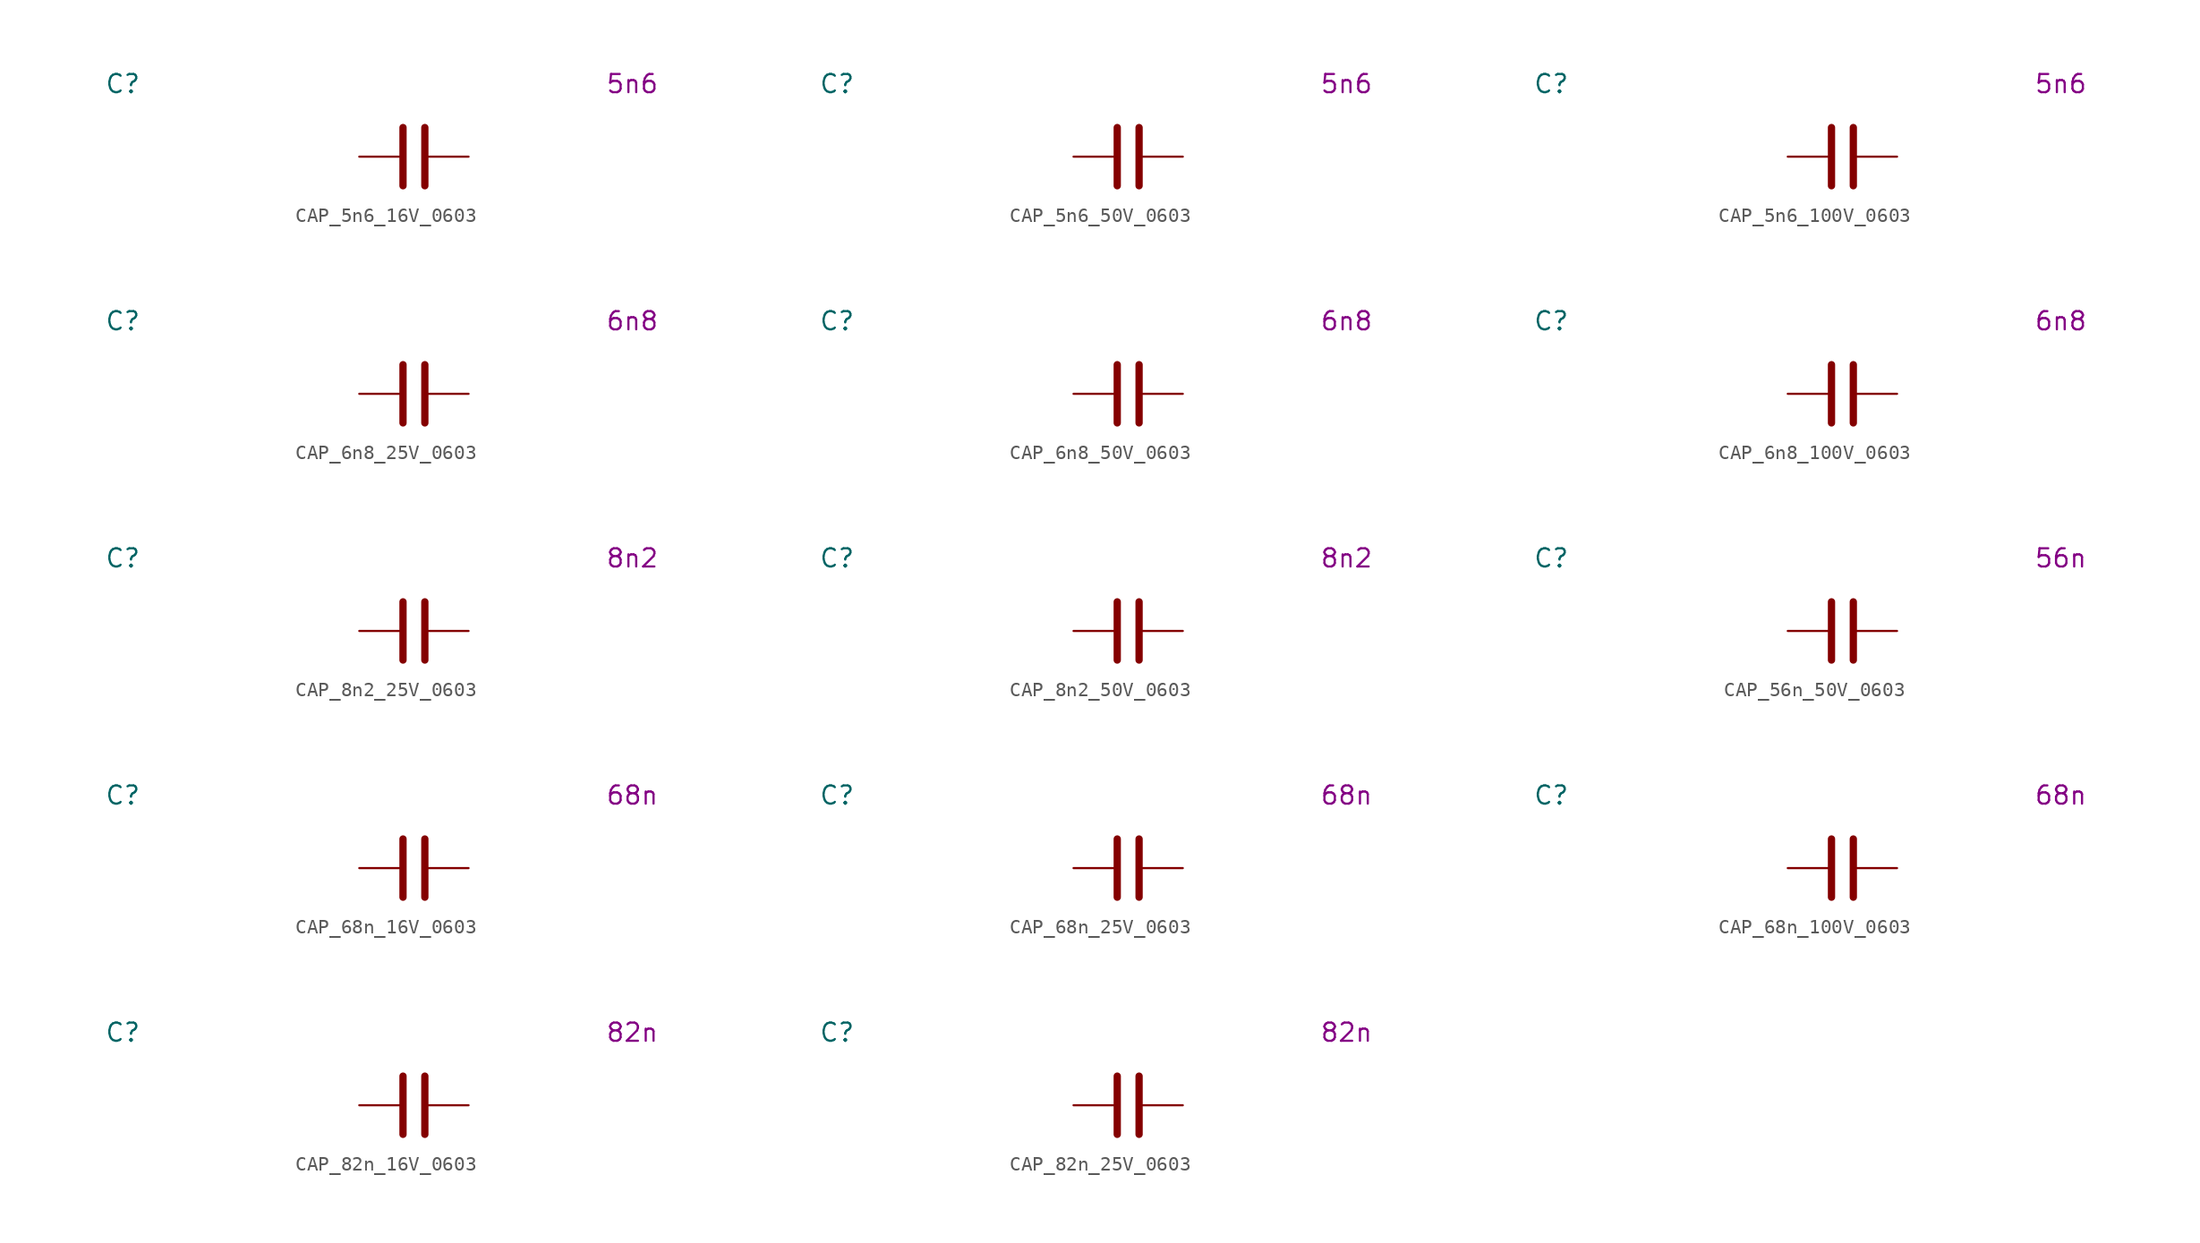
<source format=kicad_sym>
(kicad_symbol_lib
  (version 20231120)
  (generator "kicad_symbol_editor")
  (generator_version "8.0")
  (symbol "CAP_5n6_16V_0603"
    (pin_numbers hide)
    (property "Reference" "C"
      (at -20.32 5.08 0)
      (effects (font (size 1.27 1.27))))
    (property "Display Value" "5n6"
      (at 15.24 5.08 0)
      (effects (font (size 1.27 1.27))))
    (symbol "CAP_5n6_16V_0603_0_1"
      (polyline (pts (xy -0.762 -2.032) (xy -0.762 2.032)) (stroke (width 0.508) (type default)) (fill (type none)))
      (polyline (pts (xy 0.762 -2.032) (xy 0.762 2.032)) (stroke (width 0.508) (type default)) (fill (type none))))
    (symbol "CAP_5n6_16V_0603_1_1"
      (pin passive line (at -3.81 0 0) (length 2.794) (name "~" (effects (font (size 1.27 1.27)))) (number "1" (effects (font (size 1.27 1.27)))))
      (pin passive line (at 3.81 0 180) (length 2.794) (name "~" (effects (font (size 1.27 1.27)))) (number "2" (effects (font (size 1.27 1.27)))))))
  (symbol "CAP_5n6_50V_0603"
    (pin_numbers hide)
    (property "Reference" "C"
      (at -20.32 5.08 0)
      (effects (font (size 1.27 1.27))))
    (property "Display Value" "5n6"
      (at 15.24 5.08 0)
      (effects (font (size 1.27 1.27))))
    (symbol "CAP_5n6_50V_0603_0_1"
      (polyline (pts (xy -0.762 -2.032) (xy -0.762 2.032)) (stroke (width 0.508) (type default)) (fill (type none)))
      (polyline (pts (xy 0.762 -2.032) (xy 0.762 2.032)) (stroke (width 0.508) (type default)) (fill (type none))))
    (symbol "CAP_5n6_50V_0603_1_1"
      (pin passive line (at -3.81 0 0) (length 2.794) (name "~" (effects (font (size 1.27 1.27)))) (number "1" (effects (font (size 1.27 1.27)))))
      (pin passive line (at 3.81 0 180) (length 2.794) (name "~" (effects (font (size 1.27 1.27)))) (number "2" (effects (font (size 1.27 1.27)))))))
  (symbol "CAP_5n6_100V_0603"
    (pin_numbers hide)
    (property "Reference" "C"
      (at -20.32 5.08 0)
      (effects (font (size 1.27 1.27))))
    (property "Display Value" "5n6"
      (at 15.24 5.08 0)
      (effects (font (size 1.27 1.27))))
    (symbol "CAP_5n6_100V_0603_0_1"
      (polyline (pts (xy -0.762 -2.032) (xy -0.762 2.032)) (stroke (width 0.508) (type default)) (fill (type none)))
      (polyline (pts (xy 0.762 -2.032) (xy 0.762 2.032)) (stroke (width 0.508) (type default)) (fill (type none))))
    (symbol "CAP_5n6_100V_0603_1_1"
      (pin passive line (at -3.81 0 0) (length 2.794) (name "~" (effects (font (size 1.27 1.27)))) (number "1" (effects (font (size 1.27 1.27)))))
      (pin passive line (at 3.81 0 180) (length 2.794) (name "~" (effects (font (size 1.27 1.27)))) (number "2" (effects (font (size 1.27 1.27)))))))
  (symbol "CAP_6n8_25V_0603"
    (pin_numbers hide)
    (property "Reference" "C"
      (at -20.32 5.08 0)
      (effects (font (size 1.27 1.27))))
    (property "Display Value" "6n8"
      (at 15.24 5.08 0)
      (effects (font (size 1.27 1.27))))
    (symbol "CAP_6n8_25V_0603_0_1"
      (polyline (pts (xy -0.762 -2.032) (xy -0.762 2.032)) (stroke (width 0.508) (type default)) (fill (type none)))
      (polyline (pts (xy 0.762 -2.032) (xy 0.762 2.032)) (stroke (width 0.508) (type default)) (fill (type none))))
    (symbol "CAP_6n8_25V_0603_1_1"
      (pin passive line (at -3.81 0 0) (length 2.794) (name "~" (effects (font (size 1.27 1.27)))) (number "1" (effects (font (size 1.27 1.27)))))
      (pin passive line (at 3.81 0 180) (length 2.794) (name "~" (effects (font (size 1.27 1.27)))) (number "2" (effects (font (size 1.27 1.27)))))))
  (symbol "CAP_6n8_50V_0603"
    (pin_numbers hide)
    (property "Reference" "C"
      (at -20.32 5.08 0)
      (effects (font (size 1.27 1.27))))
    (property "Display Value" "6n8"
      (at 15.24 5.08 0)
      (effects (font (size 1.27 1.27))))
    (symbol "CAP_6n8_50V_0603_0_1"
      (polyline (pts (xy -0.762 -2.032) (xy -0.762 2.032)) (stroke (width 0.508) (type default)) (fill (type none)))
      (polyline (pts (xy 0.762 -2.032) (xy 0.762 2.032)) (stroke (width 0.508) (type default)) (fill (type none))))
    (symbol "CAP_6n8_50V_0603_1_1"
      (pin passive line (at -3.81 0 0) (length 2.794) (name "~" (effects (font (size 1.27 1.27)))) (number "1" (effects (font (size 1.27 1.27)))))
      (pin passive line (at 3.81 0 180) (length 2.794) (name "~" (effects (font (size 1.27 1.27)))) (number "2" (effects (font (size 1.27 1.27)))))))
  (symbol "CAP_6n8_100V_0603"
    (pin_numbers hide)
    (property "Reference" "C"
      (at -20.32 5.08 0)
      (effects (font (size 1.27 1.27))))
    (property "Display Value" "6n8"
      (at 15.24 5.08 0)
      (effects (font (size 1.27 1.27))))
    (symbol "CAP_6n8_100V_0603_0_1"
      (polyline (pts (xy -0.762 -2.032) (xy -0.762 2.032)) (stroke (width 0.508) (type default)) (fill (type none)))
      (polyline (pts (xy 0.762 -2.032) (xy 0.762 2.032)) (stroke (width 0.508) (type default)) (fill (type none))))
    (symbol "CAP_6n8_100V_0603_1_1"
      (pin passive line (at -3.81 0 0) (length 2.794) (name "~" (effects (font (size 1.27 1.27)))) (number "1" (effects (font (size 1.27 1.27)))))
      (pin passive line (at 3.81 0 180) (length 2.794) (name "~" (effects (font (size 1.27 1.27)))) (number "2" (effects (font (size 1.27 1.27)))))))
  (symbol "CAP_8n2_25V_0603"
    (pin_numbers hide)
    (property "Reference" "C"
      (at -20.32 5.08 0)
      (effects (font (size 1.27 1.27))))
    (property "Display Value" "8n2"
      (at 15.24 5.08 0)
      (effects (font (size 1.27 1.27))))
    (symbol "CAP_8n2_25V_0603_0_1"
      (polyline (pts (xy -0.762 -2.032) (xy -0.762 2.032)) (stroke (width 0.508) (type default)) (fill (type none)))
      (polyline (pts (xy 0.762 -2.032) (xy 0.762 2.032)) (stroke (width 0.508) (type default)) (fill (type none))))
    (symbol "CAP_8n2_25V_0603_1_1"
      (pin passive line (at -3.81 0 0) (length 2.794) (name "~" (effects (font (size 1.27 1.27)))) (number "1" (effects (font (size 1.27 1.27)))))
      (pin passive line (at 3.81 0 180) (length 2.794) (name "~" (effects (font (size 1.27 1.27)))) (number "2" (effects (font (size 1.27 1.27)))))))
  (symbol "CAP_8n2_50V_0603"
    (pin_numbers hide)
    (property "Reference" "C"
      (at -20.32 5.08 0)
      (effects (font (size 1.27 1.27))))
    (property "Display Value" "8n2"
      (at 15.24 5.08 0)
      (effects (font (size 1.27 1.27))))
    (symbol "CAP_8n2_50V_0603_0_1"
      (polyline (pts (xy -0.762 -2.032) (xy -0.762 2.032)) (stroke (width 0.508) (type default)) (fill (type none)))
      (polyline (pts (xy 0.762 -2.032) (xy 0.762 2.032)) (stroke (width 0.508) (type default)) (fill (type none))))
    (symbol "CAP_8n2_50V_0603_1_1"
      (pin passive line (at -3.81 0 0) (length 2.794) (name "~" (effects (font (size 1.27 1.27)))) (number "1" (effects (font (size 1.27 1.27)))))
      (pin passive line (at 3.81 0 180) (length 2.794) (name "~" (effects (font (size 1.27 1.27)))) (number "2" (effects (font (size 1.27 1.27)))))))
  (symbol "CAP_56n_50V_0603"
    (pin_numbers hide)
    (property "Reference" "C"
      (at -20.32 5.08 0)
      (effects (font (size 1.27 1.27))))
    (property "Display Value" "56n"
      (at 15.24 5.08 0)
      (effects (font (size 1.27 1.27))))
    (symbol "CAP_56n_50V_0603_0_1"
      (polyline (pts (xy -0.762 -2.032) (xy -0.762 2.032)) (stroke (width 0.508) (type default)) (fill (type none)))
      (polyline (pts (xy 0.762 -2.032) (xy 0.762 2.032)) (stroke (width 0.508) (type default)) (fill (type none))))
    (symbol "CAP_56n_50V_0603_1_1"
      (pin passive line (at -3.81 0 0) (length 2.794) (name "~" (effects (font (size 1.27 1.27)))) (number "1" (effects (font (size 1.27 1.27)))))
      (pin passive line (at 3.81 0 180) (length 2.794) (name "~" (effects (font (size 1.27 1.27)))) (number "2" (effects (font (size 1.27 1.27)))))))
  (symbol "CAP_68n_16V_0603"
    (pin_numbers hide)
    (property "Reference" "C"
      (at -20.32 5.08 0)
      (effects (font (size 1.27 1.27))))
    (property "Display Value" "68n"
      (at 15.24 5.08 0)
      (effects (font (size 1.27 1.27))))
    (symbol "CAP_68n_16V_0603_0_1"
      (polyline (pts (xy -0.762 -2.032) (xy -0.762 2.032)) (stroke (width 0.508) (type default)) (fill (type none)))
      (polyline (pts (xy 0.762 -2.032) (xy 0.762 2.032)) (stroke (width 0.508) (type default)) (fill (type none))))
    (symbol "CAP_68n_16V_0603_1_1"
      (pin passive line (at -3.81 0 0) (length 2.794) (name "~" (effects (font (size 1.27 1.27)))) (number "1" (effects (font (size 1.27 1.27)))))
      (pin passive line (at 3.81 0 180) (length 2.794) (name "~" (effects (font (size 1.27 1.27)))) (number "2" (effects (font (size 1.27 1.27)))))))
  (symbol "CAP_68n_25V_0603"
    (pin_numbers hide)
    (property "Reference" "C"
      (at -20.32 5.08 0)
      (effects (font (size 1.27 1.27))))
    (property "Display Value" "68n"
      (at 15.24 5.08 0)
      (effects (font (size 1.27 1.27))))
    (symbol "CAP_68n_25V_0603_0_1"
      (polyline (pts (xy -0.762 -2.032) (xy -0.762 2.032)) (stroke (width 0.508) (type default)) (fill (type none)))
      (polyline (pts (xy 0.762 -2.032) (xy 0.762 2.032)) (stroke (width 0.508) (type default)) (fill (type none))))
    (symbol "CAP_68n_25V_0603_1_1"
      (pin passive line (at -3.81 0 0) (length 2.794) (name "~" (effects (font (size 1.27 1.27)))) (number "1" (effects (font (size 1.27 1.27)))))
      (pin passive line (at 3.81 0 180) (length 2.794) (name "~" (effects (font (size 1.27 1.27)))) (number "2" (effects (font (size 1.27 1.27)))))))
  (symbol "CAP_68n_100V_0603"
    (pin_numbers hide)
    (property "Reference" "C"
      (at -20.32 5.08 0)
      (effects (font (size 1.27 1.27))))
    (property "Display Value" "68n"
      (at 15.24 5.08 0)
      (effects (font (size 1.27 1.27))))
    (symbol "CAP_68n_100V_0603_0_1"
      (polyline (pts (xy -0.762 -2.032) (xy -0.762 2.032)) (stroke (width 0.508) (type default)) (fill (type none)))
      (polyline (pts (xy 0.762 -2.032) (xy 0.762 2.032)) (stroke (width 0.508) (type default)) (fill (type none))))
    (symbol "CAP_68n_100V_0603_1_1"
      (pin passive line (at -3.81 0 0) (length 2.794) (name "~" (effects (font (size 1.27 1.27)))) (number "1" (effects (font (size 1.27 1.27)))))
      (pin passive line (at 3.81 0 180) (length 2.794) (name "~" (effects (font (size 1.27 1.27)))) (number "2" (effects (font (size 1.27 1.27)))))))
  (symbol "CAP_82n_16V_0603"
    (pin_numbers hide)
    (property "Reference" "C"
      (at -20.32 5.08 0)
      (effects (font (size 1.27 1.27))))
    (property "Display Value" "82n"
      (at 15.24 5.08 0)
      (effects (font (size 1.27 1.27))))
    (symbol "CAP_82n_16V_0603_0_1"
      (polyline (pts (xy -0.762 -2.032) (xy -0.762 2.032)) (stroke (width 0.508) (type default)) (fill (type none)))
      (polyline (pts (xy 0.762 -2.032) (xy 0.762 2.032)) (stroke (width 0.508) (type default)) (fill (type none))))
    (symbol "CAP_82n_16V_0603_1_1"
      (pin passive line (at -3.81 0 0) (length 2.794) (name "~" (effects (font (size 1.27 1.27)))) (number "1" (effects (font (size 1.27 1.27)))))
      (pin passive line (at 3.81 0 180) (length 2.794) (name "~" (effects (font (size 1.27 1.27)))) (number "2" (effects (font (size 1.27 1.27)))))))
  (symbol "CAP_82n_25V_0603"
    (pin_numbers hide)
    (property "Reference" "C"
      (at -20.32 5.08 0)
      (effects (font (size 1.27 1.27))))
    (property "Display Value" "82n"
      (at 15.24 5.08 0)
      (effects (font (size 1.27 1.27))))
    (symbol "CAP_82n_25V_0603_0_1"
      (polyline (pts (xy -0.762 -2.032) (xy -0.762 2.032)) (stroke (width 0.508) (type default)) (fill (type none)))
      (polyline (pts (xy 0.762 -2.032) (xy 0.762 2.032)) (stroke (width 0.508) (type default)) (fill (type none))))
    (symbol "CAP_82n_25V_0603_1_1"
      (pin passive line (at -3.81 0 0) (length 2.794) (name "~" (effects (font (size 1.27 1.27)))) (number "1" (effects (font (size 1.27 1.27)))))
      (pin passive line (at 3.81 0 180) (length 2.794) (name "~" (effects (font (size 1.27 1.27)))) (number "2" (effects (font (size 1.27 1.27))))))))
</source>
